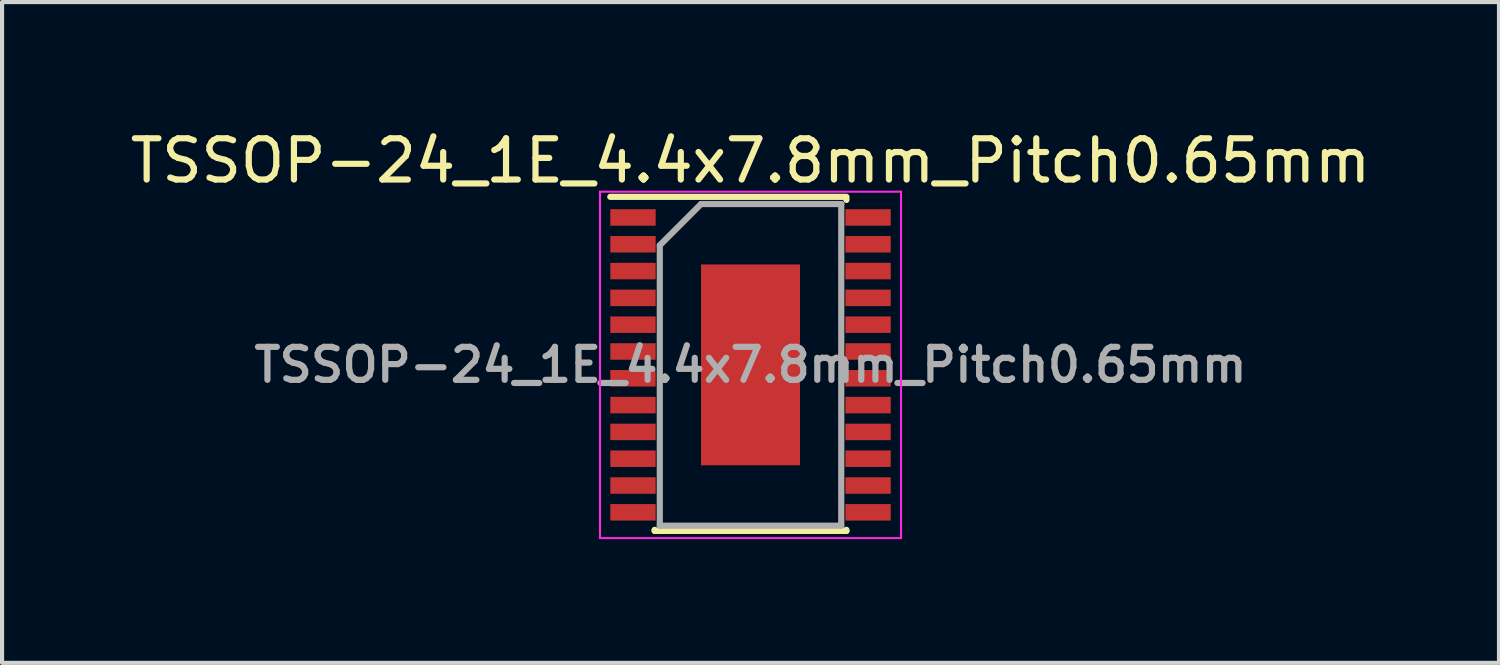
<source format=kicad_pcb>
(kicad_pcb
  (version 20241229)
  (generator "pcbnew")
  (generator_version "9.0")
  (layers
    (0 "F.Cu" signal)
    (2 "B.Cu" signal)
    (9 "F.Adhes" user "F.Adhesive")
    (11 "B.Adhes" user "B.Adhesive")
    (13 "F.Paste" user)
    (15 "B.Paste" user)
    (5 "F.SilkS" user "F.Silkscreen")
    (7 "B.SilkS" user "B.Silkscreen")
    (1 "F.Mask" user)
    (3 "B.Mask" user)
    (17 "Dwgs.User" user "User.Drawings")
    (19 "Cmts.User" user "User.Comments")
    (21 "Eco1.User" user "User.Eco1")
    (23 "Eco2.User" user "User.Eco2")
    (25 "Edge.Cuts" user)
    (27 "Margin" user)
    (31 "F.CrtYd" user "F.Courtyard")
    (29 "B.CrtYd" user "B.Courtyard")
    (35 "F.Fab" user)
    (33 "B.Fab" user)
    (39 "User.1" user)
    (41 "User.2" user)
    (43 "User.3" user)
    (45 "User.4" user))
  (footprint "TSSOP-24_1E_4.4x7.8mm_Pitch0.65mm"
    (layer "F.Cu")
    (at 15.149 5.798)
    (property "Reference" "TSSOP-24_1E_4.4x7.8mm_Pitch0.65mm" (at 0 -4.95 0) (layer "F.SilkS") (effects (font (size 1 1) (thickness 0.15))))
    (attr smd)
    (fp_line (start -3.4 -4.075) (end 2.325 -4.075) (stroke (width 0.15) (type solid)) (layer "F.SilkS"))
    (fp_line (start -2.325 4.025) (end -2.325 4) (stroke (width 0.15) (type solid)) (layer "F.SilkS"))
    (fp_line (start -2.325 4.025) (end 2.325 4.025) (stroke (width 0.15) (type solid)) (layer "F.SilkS"))
    (fp_line (start 2.325 -4.025) (end 2.325 -4) (stroke (width 0.15) (type solid)) (layer "F.SilkS"))
    (fp_line (start 2.325 4.025) (end 2.325 4) (stroke (width 0.15) (type solid)) (layer "F.SilkS"))
    (fp_line (start -3.65 -4.2) (end -3.65 4.2) (stroke (width 0.05) (type solid)) (layer "F.CrtYd"))
    (fp_line (start -3.65 -4.2) (end 3.65 -4.2) (stroke (width 0.05) (type solid)) (layer "F.CrtYd"))
    (fp_line (start -3.65 4.2) (end 3.65 4.2) (stroke (width 0.05) (type solid)) (layer "F.CrtYd"))
    (fp_line (start 3.65 -4.2) (end 3.65 4.2) (stroke (width 0.05) (type solid)) (layer "F.CrtYd"))
    (fp_line (start -2.2 -2.9) (end -1.2 -3.9) (stroke (width 0.15) (type solid)) (layer "F.Fab"))
    (fp_line (start -2.2 3.9) (end -2.2 -2.9) (stroke (width 0.15) (type solid)) (layer "F.Fab"))
    (fp_line (start -1.2 -3.9) (end 2.2 -3.9) (stroke (width 0.15) (type solid)) (layer "F.Fab"))
    (fp_line (start 2.2 -3.9) (end 2.2 3.9) (stroke (width 0.15) (type solid)) (layer "F.Fab"))
    (fp_line (start 2.2 3.9) (end -2.2 3.9) (stroke (width 0.15) (type solid)) (layer "F.Fab"))
    (fp_text user "${REFERENCE}" (at 0 0 0) (layer "F.Fab") (effects (font (size 0.8 0.8) (thickness 0.15))))
    (pad "1" smd rect (at -2.85 -3.575) (size 1.1 0.4) (layers "F.Cu" "F.Mask" "F.Paste"))
    (pad "2" smd rect (at -2.85 -2.925) (size 1.1 0.4) (layers "F.Cu" "F.Mask" "F.Paste"))
    (pad "3" smd rect (at -2.85 -2.275) (size 1.1 0.4) (layers "F.Cu" "F.Mask" "F.Paste"))
    (pad "4" smd rect (at -2.85 -1.625) (size 1.1 0.4) (layers "F.Cu" "F.Mask" "F.Paste"))
    (pad "5" smd rect (at -2.85 -0.975) (size 1.1 0.4) (layers "F.Cu" "F.Mask" "F.Paste"))
    (pad "6" smd rect (at -2.85 -0.325) (size 1.1 0.4) (layers "F.Cu" "F.Mask" "F.Paste"))
    (pad "7" smd rect (at -2.85 0.325) (size 1.1 0.4) (layers "F.Cu" "F.Mask" "F.Paste"))
    (pad "8" smd rect (at -2.85 0.975) (size 1.1 0.4) (layers "F.Cu" "F.Mask" "F.Paste"))
    (pad "9" smd rect (at -2.85 1.625) (size 1.1 0.4) (layers "F.Cu" "F.Mask" "F.Paste"))
    (pad "10" smd rect (at -2.85 2.275) (size 1.1 0.4) (layers "F.Cu" "F.Mask" "F.Paste"))
    (pad "11" smd rect (at -2.85 2.925) (size 1.1 0.4) (layers "F.Cu" "F.Mask" "F.Paste"))
    (pad "12" smd rect (at -2.85 3.575) (size 1.1 0.4) (layers "F.Cu" "F.Mask" "F.Paste"))
    (pad "13" smd rect (at 2.85 3.575) (size 1.1 0.4) (layers "F.Cu" "F.Mask" "F.Paste"))
    (pad "14" smd rect (at 2.85 2.925) (size 1.1 0.4) (layers "F.Cu" "F.Mask" "F.Paste"))
    (pad "15" smd rect (at 2.85 2.275) (size 1.1 0.4) (layers "F.Cu" "F.Mask" "F.Paste"))
    (pad "16" smd rect (at 2.85 1.625) (size 1.1 0.4) (layers "F.Cu" "F.Mask" "F.Paste"))
    (pad "17" smd rect (at 2.85 0.975) (size 1.1 0.4) (layers "F.Cu" "F.Mask" "F.Paste"))
    (pad "18" smd rect (at 2.85 0.325) (size 1.1 0.4) (layers "F.Cu" "F.Mask" "F.Paste"))
    (pad "19" smd rect (at 2.85 -0.325) (size 1.1 0.4) (layers "F.Cu" "F.Mask" "F.Paste"))
    (pad "20" smd rect (at 2.85 -0.975) (size 1.1 0.4) (layers "F.Cu" "F.Mask" "F.Paste"))
    (pad "21" smd rect (at 2.85 -1.625) (size 1.1 0.4) (layers "F.Cu" "F.Mask" "F.Paste"))
    (pad "22" smd rect (at 2.85 -2.275) (size 1.1 0.4) (layers "F.Cu" "F.Mask" "F.Paste"))
    (pad "23" smd rect (at 2.85 -2.925) (size 1.1 0.4) (layers "F.Cu" "F.Mask" "F.Paste"))
    (pad "24" smd rect (at 2.85 -3.575) (size 1.1 0.4) (layers "F.Cu" "F.Mask" "F.Paste"))
    (pad "25" smd rect (at 0 0) (size 2.4 4.87) (layers "F.Cu" "F.Mask" "F.Paste")))
  (gr_rect
    (start -3 -3)
    (end 33.298 13.023)
    (stroke (width 0.1) (type default))
    (fill no)
    (layer "Edge.Cuts")))
</source>
